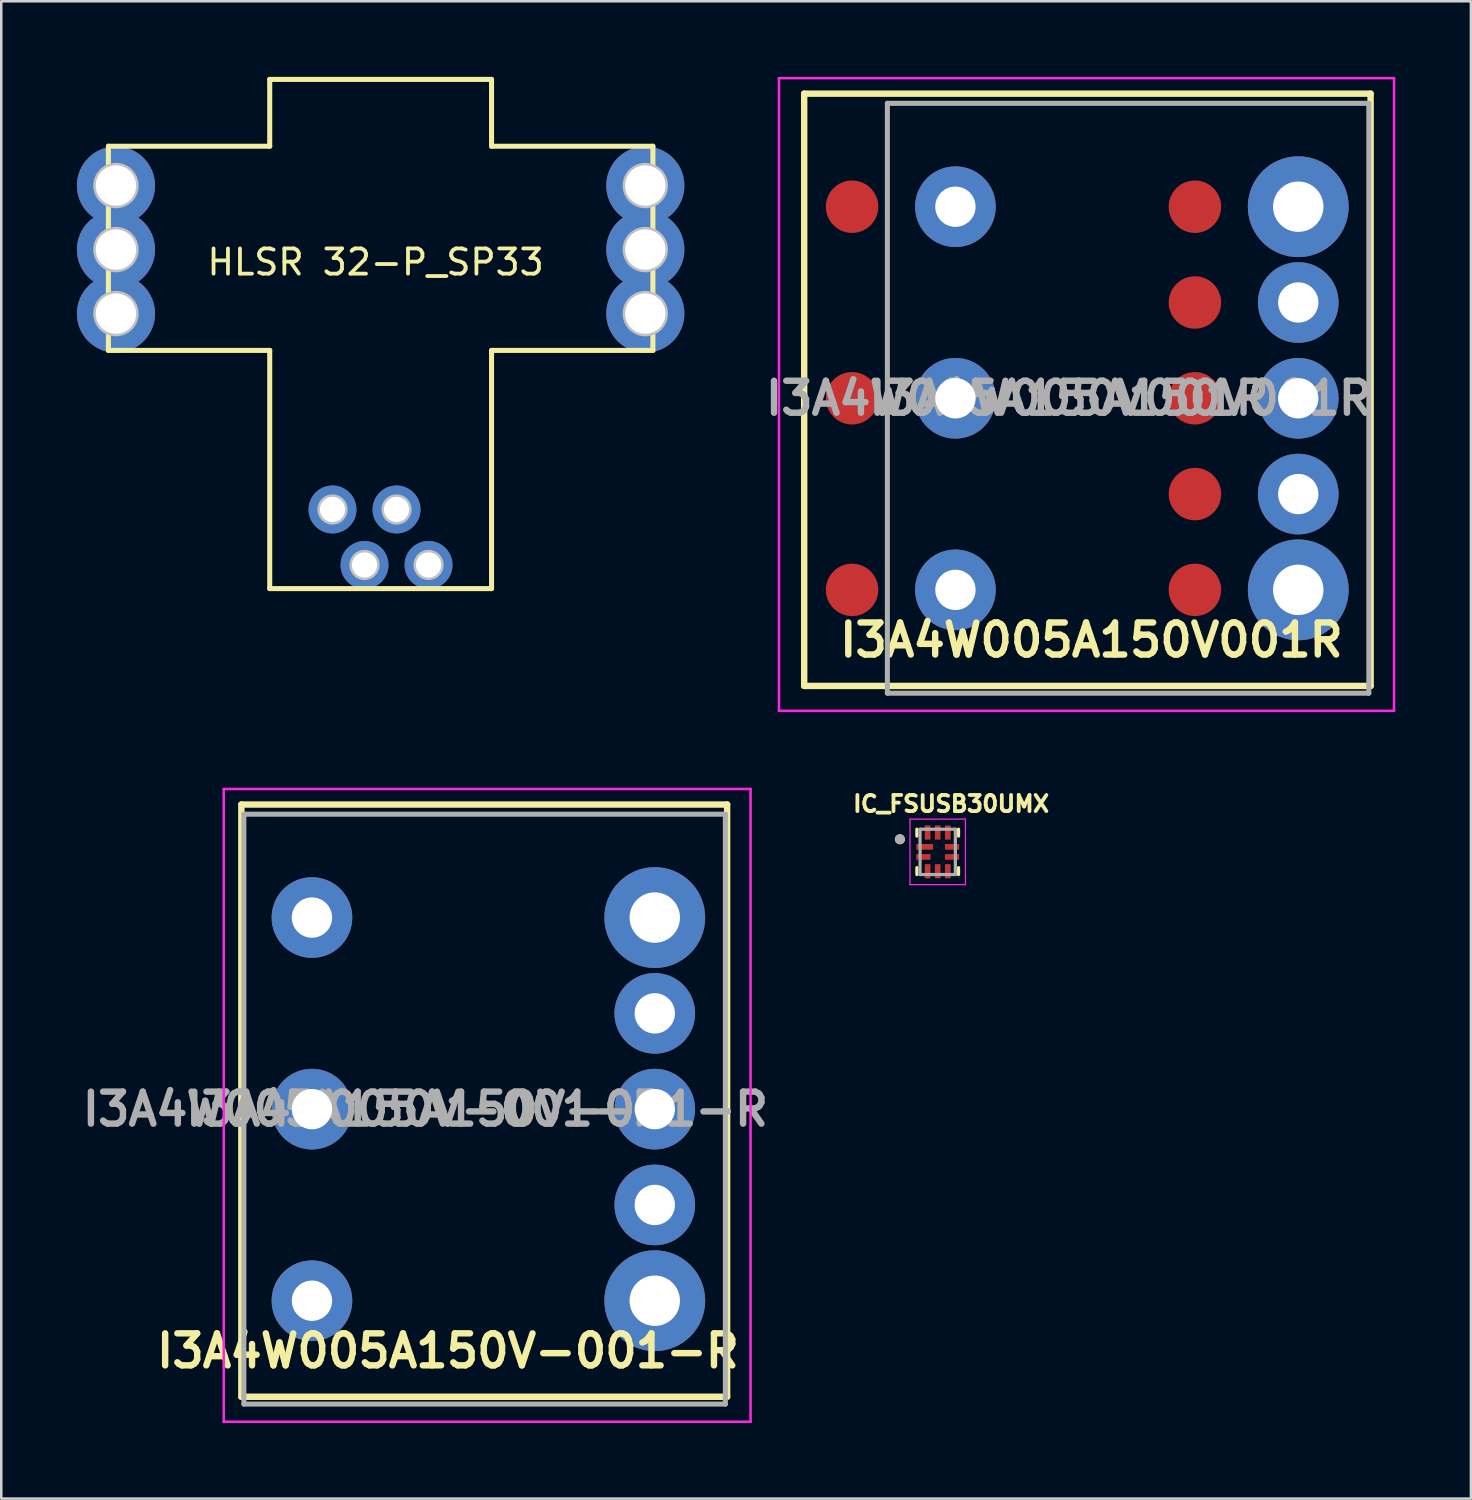
<source format=kicad_pcb>
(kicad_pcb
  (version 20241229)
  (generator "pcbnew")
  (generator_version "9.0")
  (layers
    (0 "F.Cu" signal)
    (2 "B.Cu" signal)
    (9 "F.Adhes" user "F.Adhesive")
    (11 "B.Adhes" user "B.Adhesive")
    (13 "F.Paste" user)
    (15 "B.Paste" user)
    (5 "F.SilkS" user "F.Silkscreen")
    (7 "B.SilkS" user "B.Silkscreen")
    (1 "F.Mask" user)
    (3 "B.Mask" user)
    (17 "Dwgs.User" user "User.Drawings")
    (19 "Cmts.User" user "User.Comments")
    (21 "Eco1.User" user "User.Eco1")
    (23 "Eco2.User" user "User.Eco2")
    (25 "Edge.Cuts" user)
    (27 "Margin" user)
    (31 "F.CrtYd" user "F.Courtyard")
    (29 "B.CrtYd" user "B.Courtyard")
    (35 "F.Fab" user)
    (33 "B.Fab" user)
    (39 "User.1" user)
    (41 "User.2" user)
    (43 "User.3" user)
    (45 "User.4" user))
  (footprint "I3A4W005A150V-001-R"
    (layer "F.Cu")
    (at 9.325 33.35)
    (property "Reference" "I3A4W005A150V-001-R" (at 5.395 17.19 180) (layer "F.SilkS") (effects (font (size 1.27 1.27) (thickness 0.254))))
    (attr smd)
    (fp_line (start -2.8 -4.485) (end -2.8 19.01) (stroke (width 0.254) (type solid)) (layer "F.SilkS"))
    (fp_line (start -2.8 -4.485) (end 16.47 -4.485) (stroke (width 0.254) (type solid)) (layer "F.SilkS"))
    (fp_line (start -2.8 19.01) (end 16.47 19.01) (stroke (width 0.254) (type solid)) (layer "F.SilkS"))
    (fp_line (start 16.47 19.01) (end 16.47 -4.485) (stroke (width 0.254) (type solid)) (layer "F.SilkS"))
    (fp_line (start -3.5 -5.1) (end -3.5 20) (stroke (width 0.1) (type solid)) (layer "F.CrtYd"))
    (fp_line (start -3.5 -5.1) (end 17.4 -5.1) (stroke (width 0.1) (type solid)) (layer "F.CrtYd"))
    (fp_line (start 17.4 -5.1) (end 17.4 20) (stroke (width 0.1) (type solid)) (layer "F.CrtYd"))
    (fp_line (start 17.4 20) (end -3.5 20) (stroke (width 0.1) (type solid)) (layer "F.CrtYd"))
    (fp_line (start -2.7 -4.1) (end 16.4 -4.1) (stroke (width 0.2) (type solid)) (layer "F.Fab"))
    (fp_line (start -2.7 19.3) (end -2.7 -4.1) (stroke (width 0.2) (type solid)) (layer "F.Fab"))
    (fp_line (start 16.4 -4.1) (end 16.4 19.3) (stroke (width 0.2) (type solid)) (layer "F.Fab"))
    (fp_line (start 16.4 19.3) (end -2.7 19.3) (stroke (width 0.2) (type solid)) (layer "F.Fab"))
    (fp_text user "${REFERENCE}" (at 2.45 7.6 180) (layer "F.Fab") (effects (font (size 1.27 1.27) (thickness 0.254))))
    (fp_text user "${REFERENCE}" (at 6.55 7.6 180) (layer "F.Fab") (effects (font (size 1.27 1.27) (thickness 0.254))))
    (pad "1" thru_hole circle (at 0 0) (size 3.2 3.2) (drill 1.6) (layers "*.Cu" "*.Mask"))
    (pad "2" thru_hole circle (at 0 7.6) (size 3.2 3.2) (drill 1.6) (layers "*.Cu" "*.Mask"))
    (pad "3" thru_hole circle (at 0 15.2) (size 3.2 3.2) (drill 1.6) (layers "*.Cu" "*.Mask"))
    (pad "4" thru_hole circle (at 13.6 15.2) (size 4 4) (drill 2) (layers "*.Cu" "*.Mask"))
    (pad "5" thru_hole circle (at 13.6 11.4) (size 3.2 3.2) (drill 1.6) (layers "*.Cu" "*.Mask"))
    (pad "6" thru_hole circle (at 13.6 7.6) (size 3.2 3.2) (drill 1.6) (layers "*.Cu" "*.Mask"))
    (pad "7" thru_hole circle (at 13.6 3.8) (size 3.2 3.2) (drill 1.6) (layers "*.Cu" "*.Mask"))
    (pad "8" thru_hole circle (at 13.6 0) (size 4 4) (drill 2) (layers "*.Cu" "*.Mask")))
  (footprint "I3A4W005A150V001R"
    (layer "F.Cu")
    (at 34.852 5.15)
    (property "Reference" "I3A4W005A150V001R" (at 5.395 17.19 180) (layer "F.SilkS") (effects (font (size 1.27 1.27) (thickness 0.254))))
    (attr through_hole)
    (fp_line (start -6 -4.485) (end -6 19.01) (stroke (width 0.254) (type solid)) (layer "F.SilkS"))
    (fp_line (start -6 -4.485) (end 16.47 -4.485) (stroke (width 0.254) (type solid)) (layer "F.SilkS"))
    (fp_line (start -6 19.01) (end 16.47 19.01) (stroke (width 0.254) (type solid)) (layer "F.SilkS"))
    (fp_line (start 16.47 19.01) (end 16.47 -4.485) (stroke (width 0.254) (type solid)) (layer "F.SilkS"))
    (fp_line (start -7 -5.1) (end -7 20) (stroke (width 0.1) (type solid)) (layer "F.CrtYd"))
    (fp_line (start -7 -5.1) (end 17.4 -5.1) (stroke (width 0.1) (type solid)) (layer "F.CrtYd"))
    (fp_line (start 17.4 -5.1) (end 17.4 20) (stroke (width 0.1) (type solid)) (layer "F.CrtYd"))
    (fp_line (start 17.4 20) (end -7 20) (stroke (width 0.1) (type solid)) (layer "F.CrtYd"))
    (fp_line (start -2.7 -4.1) (end 16.4 -4.1) (stroke (width 0.2) (type solid)) (layer "F.Fab"))
    (fp_line (start -2.7 19.3) (end -2.7 -4.1) (stroke (width 0.2) (type solid)) (layer "F.Fab"))
    (fp_line (start 16.4 -4.1) (end 16.4 19.3) (stroke (width 0.2) (type solid)) (layer "F.Fab"))
    (fp_line (start 16.4 19.3) (end -2.7 19.3) (stroke (width 0.2) (type solid)) (layer "F.Fab"))
    (fp_text user "${REFERENCE}" (at 2.45 7.6 180) (layer "F.Fab") (effects (font (size 1.27 1.27) (thickness 0.254))))
    (fp_text user "${REFERENCE}" (at 6.55 7.6 180) (layer "F.Fab") (effects (font (size 1.27 1.27) (thickness 0.254))))
    (pad "1" smd circle (at -4.1 0) (size 2.08 2.08) (layers "F.Cu" "F.Mask" "F.Paste"))
    (pad "1" thru_hole circle (at 0 0) (size 3.2 3.2) (drill 1.6) (layers "*.Cu" "*.Mask"))
    (pad "2" smd circle (at -4.1 7.6) (size 2.08 2.08) (layers "F.Cu" "F.Mask" "F.Paste"))
    (pad "2" thru_hole circle (at 0 7.6) (size 3.2 3.2) (drill 1.6) (layers "*.Cu" "*.Mask"))
    (pad "3" smd circle (at -4.1 15.2) (size 2.08 2.08) (layers "F.Cu" "F.Mask" "F.Paste"))
    (pad "3" thru_hole circle (at 0 15.2) (size 3.2 3.2) (drill 1.6) (layers "*.Cu" "*.Mask"))
    (pad "4" smd circle (at 9.5 15.2) (size 2.08 2.08) (layers "F.Cu" "F.Mask" "F.Paste"))
    (pad "4" thru_hole circle (at 13.6 15.2) (size 4 4) (drill 2) (layers "*.Cu" "*.Mask"))
    (pad "5" smd circle (at 9.5 11.4) (size 2.08 2.08) (layers "F.Cu" "F.Mask" "F.Paste"))
    (pad "5" thru_hole circle (at 13.6 11.4) (size 3.2 3.2) (drill 1.6) (layers "*.Cu" "*.Mask"))
    (pad "6" smd circle (at 9.5 7.6) (size 2.08 2.08) (layers "F.Cu" "F.Mask" "F.Paste"))
    (pad "6" thru_hole circle (at 13.6 7.6) (size 3.2 3.2) (drill 1.6) (layers "*.Cu" "*.Mask"))
    (pad "7" smd circle (at 9.5 3.8) (size 2.08 2.08) (layers "F.Cu" "F.Mask" "F.Paste"))
    (pad "7" thru_hole circle (at 13.6 3.8) (size 3.2 3.2) (drill 1.6) (layers "*.Cu" "*.Mask"))
    (pad "8" smd circle (at 9.5 0) (size 2.08 2.08) (layers "F.Cu" "F.Mask" "F.Paste"))
    (pad "8" thru_hole circle (at 13.6 0) (size 4 4) (drill 2) (layers "*.Cu" "*.Mask")))
  (footprint "IC_FSUSB30UMX"
    (layer "F.Cu")
    (at 34.149 30.744)
    (property "Reference" "IC_FSUSB30UMX" (at 0.532 -1.906 0) (layer "F.SilkS") (effects (font (size 0.64 0.64) (thickness 0.15))))
    (attr through_hole)
    (fp_line (start -0.826 -0.9) (end -0.826 -0.626) (stroke (width 0.127) (type solid)) (layer "F.SilkS"))
    (fp_line (start -0.826 0.9) (end -0.826 0.626) (stroke (width 0.127) (type solid)) (layer "F.SilkS"))
    (fp_line (start 0.826 -0.9) (end 0.826 -0.626) (stroke (width 0.127) (type solid)) (layer "F.SilkS"))
    (fp_line (start 0.826 0.9) (end 0.826 0.626) (stroke (width 0.127) (type solid)) (layer "F.SilkS"))
    (fp_circle (center -1.5 -0.5) (end -1.4 -0.5) (stroke (width 0.2) (type solid)) (fill no) (layer "F.SilkS"))
    (fp_line (start -1.1 1.3) (end -1.1 -1.3) (stroke (width 0.05) (type solid)) (layer "F.CrtYd"))
    (fp_line (start 1.1 -1.3) (end -1.1 -1.3) (stroke (width 0.05) (type solid)) (layer "F.CrtYd"))
    (fp_line (start 1.1 1.3) (end -1.1 1.3) (stroke (width 0.05) (type solid)) (layer "F.CrtYd"))
    (fp_line (start 1.1 1.3) (end 1.1 -1.3) (stroke (width 0.05) (type solid)) (layer "F.CrtYd"))
    (fp_line (start -0.7 -0.9) (end -0.7 0.9) (stroke (width 0.127) (type solid)) (layer "F.Fab"))
    (fp_line (start 0.7 -0.9) (end -0.7 -0.9) (stroke (width 0.127) (type solid)) (layer "F.Fab"))
    (fp_line (start 0.7 -0.9) (end 0.7 0.9) (stroke (width 0.127) (type solid)) (layer "F.Fab"))
    (fp_line (start 0.7 0.9) (end -0.7 0.9) (stroke (width 0.127) (type solid)) (layer "F.Fab"))
    (fp_circle (center -1.5 -0.5) (end -1.4 -0.5) (stroke (width 0.2) (type solid)) (fill no) (layer "F.Fab"))
    (pad "1" smd rect (at -0.518 -0.2 180) (size 0.663 0.225) (layers "F.Cu" "F.Mask" "F.Paste"))
    (pad "2" smd rect (at -0.569 0.2 180) (size 0.563 0.225) (layers "F.Cu" "F.Mask" "F.Paste"))
    (pad "3" smd rect (at -0.4 0.768 90) (size 0.563 0.225) (layers "F.Cu" "F.Mask" "F.Paste"))
    (pad "4" smd rect (at 0 0.768 90) (size 0.563 0.225) (layers "F.Cu" "F.Mask" "F.Paste"))
    (pad "5" smd rect (at 0.4 0.768 90) (size 0.563 0.225) (layers "F.Cu" "F.Mask" "F.Paste"))
    (pad "6" smd rect (at 0.569 0.2 180) (size 0.563 0.225) (layers "F.Cu" "F.Mask" "F.Paste"))
    (pad "7" smd rect (at 0.569 -0.2 180) (size 0.563 0.225) (layers "F.Cu" "F.Mask" "F.Paste"))
    (pad "8" smd rect (at 0.4 -0.768 90) (size 0.563 0.225) (layers "F.Cu" "F.Mask" "F.Paste"))
    (pad "9" smd rect (at 0 -0.768 90) (size 0.563 0.225) (layers "F.Cu" "F.Mask" "F.Paste"))
    (pad "10" smd rect (at -0.4 -0.768 90) (size 0.563 0.225) (layers "F.Cu" "F.Mask" "F.Paste")))
  (footprint "HLSR 32-P_SP33"
    (layer "F.Cu")
    (at 12.05 6.851)
    (property "Reference" "HLSR 32-P_SP33" (at -0.2 0.5 0) (layer "F.SilkS") (effects (font (size 1 1) (thickness 0.15))))
    (attr through_hole)
    (fp_line (start -10.8 -4.1) (end -10.8 4) (stroke (width 0.2) (type solid)) (layer "F.SilkS"))
    (fp_line (start -10.8 4) (end -4.4 4) (stroke (width 0.2) (type solid)) (layer "F.SilkS"))
    (fp_line (start -4.4 -6.751) (end -4.4 -4.1) (stroke (width 0.2) (type solid)) (layer "F.SilkS"))
    (fp_line (start -4.4 -4.1) (end -10.8 -4.1) (stroke (width 0.2) (type solid)) (layer "F.SilkS"))
    (fp_line (start -4.4 4) (end -4.4 13.449) (stroke (width 0.2) (type solid)) (layer "F.SilkS"))
    (fp_line (start -4.4 13.449) (end 4.4 13.449) (stroke (width 0.2) (type solid)) (layer "F.SilkS"))
    (fp_line (start 4.4 -6.751) (end -4.4 -6.751) (stroke (width 0.2) (type solid)) (layer "F.SilkS"))
    (fp_line (start 4.4 -4.1) (end 4.4 -6.751) (stroke (width 0.2) (type solid)) (layer "F.SilkS"))
    (fp_line (start 4.4 4) (end 10.8 4) (stroke (width 0.2) (type solid)) (layer "F.SilkS"))
    (fp_line (start 4.4 13.449) (end 4.4 4) (stroke (width 0.2) (type solid)) (layer "F.SilkS"))
    (fp_line (start 10.8 -4.1) (end 4.4 -4.1) (stroke (width 0.2) (type solid)) (layer "F.SilkS"))
    (fp_line (start 10.8 4) (end 10.8 -4.1) (stroke (width 0.2) (type solid)) (layer "F.SilkS"))
    (fp_circle (center -10.5 -2.54) (end -9.7 -2.54) (stroke (width 0.2) (type solid)) (fill no) (layer "Dwgs.User"))
    (fp_circle (center -10.5 0) (end -9.7 0) (stroke (width 0.2) (type solid)) (fill no) (layer "Dwgs.User"))
    (fp_circle (center -10.5 2.54) (end -9.7 2.54) (stroke (width 0.2) (type solid)) (fill no) (layer "Dwgs.User"))
    (fp_circle (center -1.91 10.31) (end -1.41 10.31) (stroke (width 0.2) (type solid)) (fill no) (layer "Dwgs.User"))
    (fp_circle (center -0.64 12.511) (end -0.14 12.511) (stroke (width 0.2) (type solid)) (fill no) (layer "Dwgs.User"))
    (fp_circle (center 0.63 10.31) (end 1.13 10.31) (stroke (width 0.2) (type solid)) (fill no) (layer "Dwgs.User"))
    (fp_circle (center 1.9 12.51) (end 2.4 12.51) (stroke (width 0.2) (type solid)) (fill no) (layer "Dwgs.User"))
    (fp_circle (center 10.5 -2.54) (end 11.3 -2.54) (stroke (width 0.2) (type solid)) (fill no) (layer "Dwgs.User"))
    (fp_circle (center 10.5 0) (end 11.3 0) (stroke (width 0.2) (type solid)) (fill no) (layer "Dwgs.User"))
    (fp_circle (center 10.5 2.54) (end 11.3 2.54) (stroke (width 0.2) (type solid)) (fill no) (layer "Dwgs.User"))
    (pad "1" thru_hole circle (at -1.91 10.31) (size 1.9 1.9) (drill 1) (layers "*.Cu" "*.Mask"))
    (pad "2" thru_hole circle (at -0.64 12.511) (size 1.9 1.9) (drill 1) (layers "*.Cu" "*.Mask"))
    (pad "3" thru_hole circle (at 0.63 10.31) (size 1.9 1.9) (drill 1) (layers "*.Cu" "*.Mask"))
    (pad "4" thru_hole circle (at 1.9 12.51) (size 1.9 1.9) (drill 1) (layers "*.Cu" "*.Mask"))
    (pad "5" thru_hole circle (at 10.5 2.54) (size 3.1 3.1) (drill 1.6) (layers "*.Cu" "*.Mask"))
    (pad "6" thru_hole circle (at 10.5 0) (size 3.1 3.1) (drill 1.6) (layers "*.Cu" "*.Mask"))
    (pad "7" thru_hole circle (at 10.5 -2.54) (size 3.1 3.1) (drill 1.6) (layers "*.Cu" "*.Mask"))
    (pad "8" thru_hole circle (at -10.5 -2.54) (size 3.1 3.1) (drill 1.6) (layers "*.Cu" "*.Mask"))
    (pad "9" thru_hole circle (at -10.5 0) (size 3.1 3.1) (drill 1.6) (layers "*.Cu" "*.Mask"))
    (pad "10" thru_hole circle (at -10.5 2.54) (size 3.1 3.1) (drill 1.6) (layers "*.Cu" "*.Mask")))
  (gr_rect
    (start -3 -3)
    (end 55.302 56.4)
    (stroke (width 0.1) (type default))
    (fill no)
    (layer "Edge.Cuts")))
</source>
